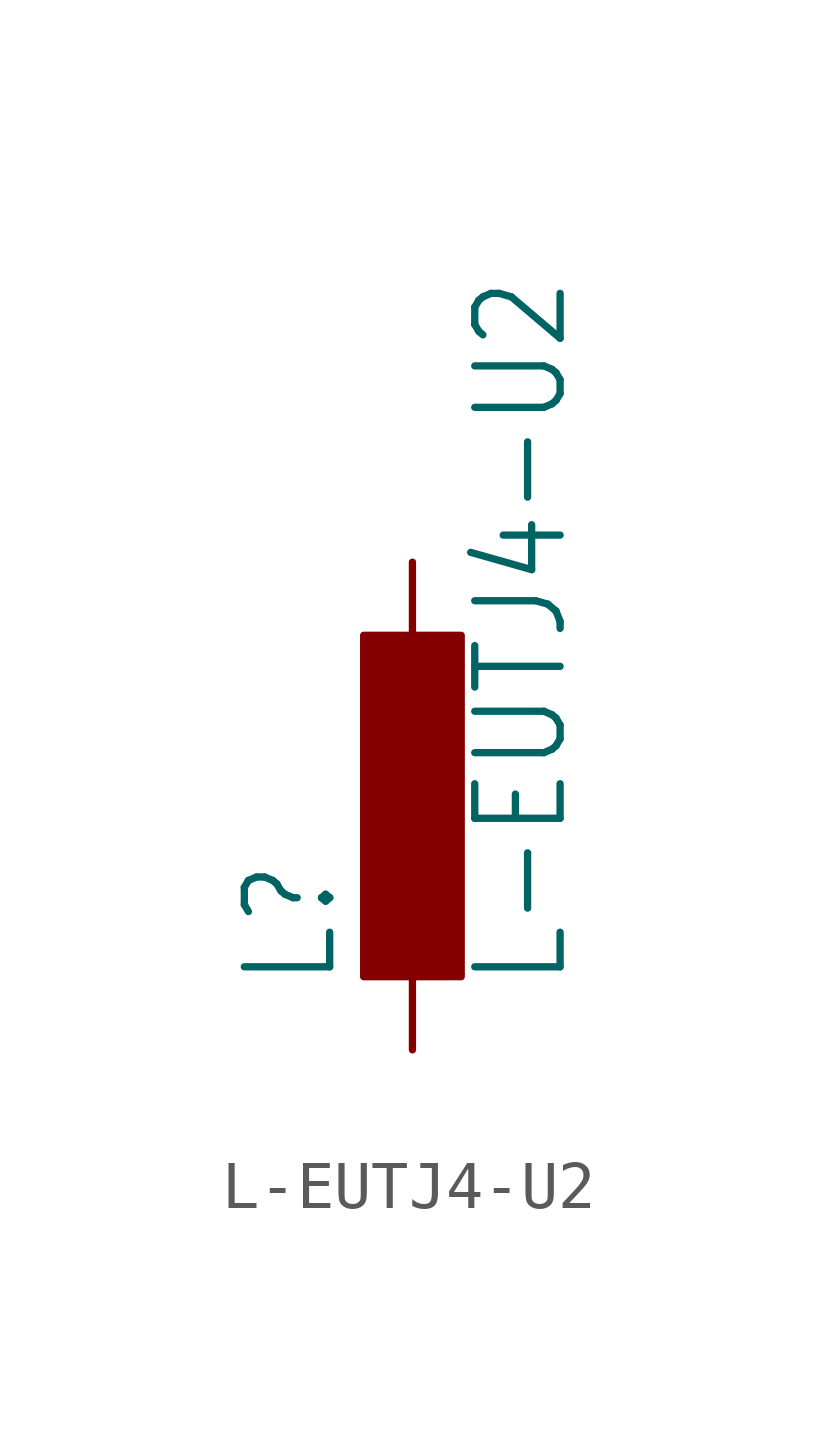
<source format=kicad_sym>
(kicad_symbol_lib
  (version 20211014)
  (generator kicad_symbol_editor)
  (symbol "L-EUTJ4-U2"
    (property "Reference" "L"
      (at -1.499 -3.81 90)
      (effects (font (size 1.778 1.511)) (justify left bottom)))
    (property "Value" "L-EUTJ4-U2"
      (at 3.302 -3.81 90)
      (effects (font (size 1.778 1.511)) (justify left bottom)))
    (property "ki_locked" ""
      (at 0 0 0)
      (effects (font (size 1.27 1.27))))
    (symbol "L-EUTJ4-U2_1_0"
      (rectangle (start -1.016 -3.556) (end 1.016 3.556) (stroke (width 0) (type default) (color 0 0 0 0)) (fill (type outline)))
      (pin passive line (at 0 5.08 270) (length 2.54) (name "1" (effects (font (size 0 0)))) (number "1" (effects (font (size 0 0)))))
      (pin passive line (at 0 -5.08 90) (length 2.54) (name "2" (effects (font (size 0 0)))) (number "2" (effects (font (size 0 0))))))))
</source>
